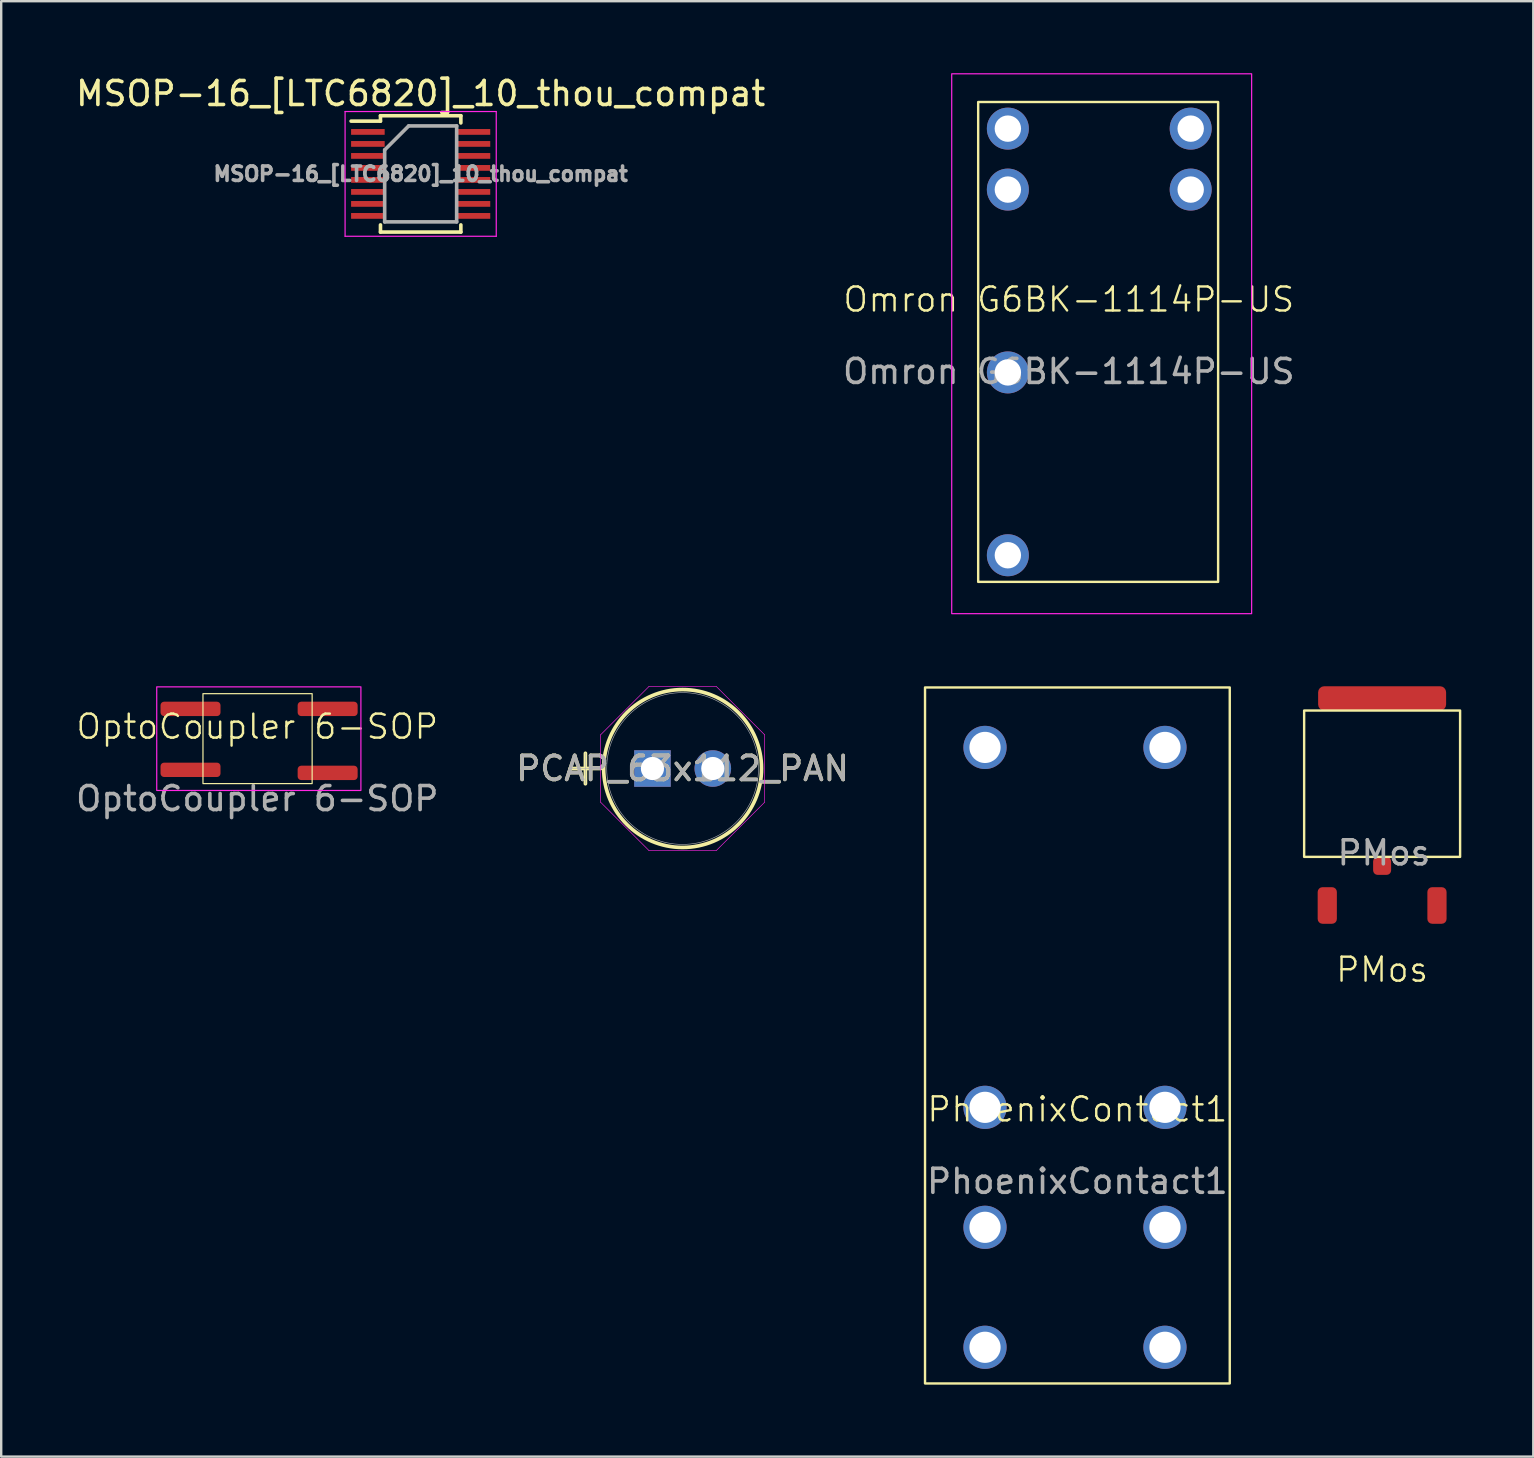
<source format=kicad_pcb>
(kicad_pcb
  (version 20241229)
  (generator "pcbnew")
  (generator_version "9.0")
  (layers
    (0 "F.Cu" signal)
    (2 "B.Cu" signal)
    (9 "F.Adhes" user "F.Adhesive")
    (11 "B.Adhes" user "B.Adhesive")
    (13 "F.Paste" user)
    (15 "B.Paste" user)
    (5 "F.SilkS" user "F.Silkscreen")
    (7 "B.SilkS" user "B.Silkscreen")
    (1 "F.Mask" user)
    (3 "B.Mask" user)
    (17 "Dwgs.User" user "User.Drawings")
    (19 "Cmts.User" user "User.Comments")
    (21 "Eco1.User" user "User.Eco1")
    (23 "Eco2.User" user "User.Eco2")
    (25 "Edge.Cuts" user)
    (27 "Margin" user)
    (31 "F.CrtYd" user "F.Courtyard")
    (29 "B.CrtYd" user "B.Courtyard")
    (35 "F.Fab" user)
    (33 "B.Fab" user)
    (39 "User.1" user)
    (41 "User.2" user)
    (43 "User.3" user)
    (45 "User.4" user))
  (footprint "Omron G6BK-1114P-US"
    (layer "F.Cu")
    (at 41.494 9.931)
    (property "Reference" "Omron G6BK-1114P-US" (at 0 -0.5 0) (unlocked yes) (layer "F.SilkS") (effects (font (size 1 1) (thickness 0.1))))
    (attr through_hole)
    (fp_rect (start -3.777 11.27) (end 6.223 -8.73) (stroke (width 0.1) (type default)) (fill no) (layer "F.SilkS"))
    (fp_rect (start -4.88 -9.906) (end 7.62 12.594) (stroke (width 0.05) (type default)) (fill no) (layer "F.CrtYd"))
    (fp_text user "${REFERENCE}" (at 0 2.5 0) (unlocked yes) (layer "F.Fab") (effects (font (size 1 1) (thickness 0.15))))
    (pad "1" thru_hole circle (at -2.54 -7.62) (size 1.75 1.75) (drill 1.1) (layers "*.Cu" "*.Mask"))
    (pad "2" thru_hole circle (at -2.54 -5.08) (size 1.75 1.75) (drill 1.1) (layers "*.Cu" "*.Mask"))
    (pad "3" thru_hole circle (at -2.54 2.54) (size 1.75 1.75) (drill 1.1) (layers "*.Cu" "*.Mask"))
    (pad "4" thru_hole circle (at -2.54 10.16) (size 1.75 1.75) (drill 1.1) (layers "*.Cu" "*.Mask"))
    (pad "5" thru_hole circle (at 5.08 -5.08) (size 1.75 1.75) (drill 1.1) (layers "*.Cu" "*.Mask"))
    (pad "6" thru_hole circle (at 5.08 -7.62) (size 1.75 1.75) (drill 1.1) (layers "*.Cu" "*.Mask")))
  (footprint "PhoenixContact1"
    (layer "F.Cu")
    (at 41.852 43.685)
    (property "Reference" "PhoenixContact1" (at 0 -0.5 0) (unlocked yes) (layer "F.SilkS") (effects (font (size 1 1) (thickness 0.1))))
    (attr through_hole)
    (fp_rect (start -6.35 -18.085) (end 6.35 10.922) (stroke (width 0.1) (type default)) (fill no) (layer "F.SilkS"))
    (fp_text user "${REFERENCE}" (at 0 2.5 0) (unlocked yes) (layer "F.Fab") (effects (font (size 1 1) (thickness 0.15))))
    (pad "1" thru_hole circle (at -3.85 -15.585) (size 1.8 1.8) (drill 1.3) (layers "*.Cu" "*.Mask"))
    (pad "2" thru_hole circle (at 3.65 -15.585) (size 1.8 1.8) (drill 1.3) (layers "*.Cu" "*.Mask"))
    (pad "3" thru_hole circle (at -3.85 -0.585) (size 1.8 1.8) (drill 1.3) (layers "*.Cu" "*.Mask"))
    (pad "4" thru_hole circle (at 3.65 4.415) (size 1.8 1.8) (drill 1.3) (layers "*.Cu" "*.Mask"))
    (pad "5" thru_hole circle (at 3.65 9.415) (size 1.8 1.8) (drill 1.3) (layers "*.Cu" "*.Mask"))
    (pad "6" thru_hole circle (at 3.65 -0.585) (size 1.8 1.8) (drill 1.3) (layers "*.Cu" "*.Mask"))
    (pad "7" thru_hole circle (at -3.85 4.415) (size 1.8 1.8) (drill 1.3) (layers "*.Cu" "*.Mask"))
    (pad "8" thru_hole circle (at -3.85 9.415) (size 1.8 1.8) (drill 1.3) (layers "*.Cu" "*.Mask")))
  (footprint "MSOP-16_[LTC6820]_10_thou_compat"
    (layer "F.Cu")
    (at 14.482 4.198)
    (property "Reference" "MSOP-16_[LTC6820]_10_thou_compat" (at 0 -3.35 0) (layer "F.SilkS") (effects (font (size 1 1) (thickness 0.15))))
    (attr smd)
    (fp_line (start -1.675 -2.425) (end -1.675 -2.2) (stroke (width 0.15) (type solid)) (layer "F.SilkS"))
    (fp_line (start -1.675 -2.425) (end 1.675 -2.425) (stroke (width 0.15) (type solid)) (layer "F.SilkS"))
    (fp_line (start -1.675 -2.2) (end -2.9 -2.2) (stroke (width 0.15) (type solid)) (layer "F.SilkS"))
    (fp_line (start -1.675 2.425) (end -1.675 2.125) (stroke (width 0.15) (type solid)) (layer "F.SilkS"))
    (fp_line (start -1.675 2.425) (end 1.675 2.425) (stroke (width 0.15) (type solid)) (layer "F.SilkS"))
    (fp_line (start 1.675 -2.425) (end 1.675 -2.125) (stroke (width 0.15) (type solid)) (layer "F.SilkS"))
    (fp_line (start 1.675 2.425) (end 1.675 2.125) (stroke (width 0.15) (type solid)) (layer "F.SilkS"))
    (fp_line (start -3.15 -2.6) (end -3.15 2.6) (stroke (width 0.05) (type solid)) (layer "F.CrtYd"))
    (fp_line (start -3.15 -2.6) (end 3.15 -2.6) (stroke (width 0.05) (type solid)) (layer "F.CrtYd"))
    (fp_line (start -3.15 2.6) (end 3.15 2.6) (stroke (width 0.05) (type solid)) (layer "F.CrtYd"))
    (fp_line (start 3.15 -2.6) (end 3.15 2.6) (stroke (width 0.05) (type solid)) (layer "F.CrtYd"))
    (fp_line (start -1.5 -1) (end -0.5 -2) (stroke (width 0.15) (type solid)) (layer "F.Fab"))
    (fp_line (start -1.5 2) (end -1.5 -1) (stroke (width 0.15) (type solid)) (layer "F.Fab"))
    (fp_line (start -0.5 -2) (end 1.5 -2) (stroke (width 0.15) (type solid)) (layer "F.Fab"))
    (fp_line (start 1.5 -2) (end 1.5 2) (stroke (width 0.15) (type solid)) (layer "F.Fab"))
    (fp_line (start 1.5 2) (end -1.5 2) (stroke (width 0.15) (type solid)) (layer "F.Fab"))
    (fp_text user "${REFERENCE}" (at 0 0 0) (layer "F.Fab") (effects (font (size 0.6 0.6) (thickness 0.15))))
    (pad "1" smd rect (at -2.2 -1.75) (size 1.4 0.24) (layers "F.Cu" "F.Mask" "F.Paste"))
    (pad "2" smd rect (at -2.2 -1.25) (size 1.4 0.24) (layers "F.Cu" "F.Mask" "F.Paste"))
    (pad "3" smd rect (at -2.2 -0.75) (size 1.4 0.24) (layers "F.Cu" "F.Mask" "F.Paste"))
    (pad "4" smd rect (at -2.2 -0.25) (size 1.4 0.24) (layers "F.Cu" "F.Mask" "F.Paste"))
    (pad "5" smd rect (at -2.2 0.25) (size 1.4 0.24) (layers "F.Cu" "F.Mask" "F.Paste"))
    (pad "6" smd rect (at -2.2 0.75) (size 1.4 0.24) (layers "F.Cu" "F.Mask" "F.Paste"))
    (pad "7" smd rect (at -2.2 1.25) (size 1.4 0.24) (layers "F.Cu" "F.Mask" "F.Paste"))
    (pad "8" smd rect (at -2.2 1.75) (size 1.4 0.24) (layers "F.Cu" "F.Mask" "F.Paste"))
    (pad "9" smd rect (at 2.2 1.75) (size 1.4 0.24) (layers "F.Cu" "F.Mask" "F.Paste"))
    (pad "10" smd rect (at 2.2 1.25) (size 1.4 0.24) (layers "F.Cu" "F.Mask" "F.Paste"))
    (pad "11" smd rect (at 2.2 0.75) (size 1.4 0.24) (layers "F.Cu" "F.Mask" "F.Paste"))
    (pad "12" smd rect (at 2.2 0.25) (size 1.4 0.24) (layers "F.Cu" "F.Mask" "F.Paste"))
    (pad "13" smd rect (at 2.2 -0.25) (size 1.4 0.24) (layers "F.Cu" "F.Mask" "F.Paste"))
    (pad "14" smd rect (at 2.2 -0.75) (size 1.4 0.24) (layers "F.Cu" "F.Mask" "F.Paste"))
    (pad "15" smd rect (at 2.2 -1.25) (size 1.4 0.24) (layers "F.Cu" "F.Mask" "F.Paste"))
    (pad "16" smd rect (at 2.2 -1.75) (size 1.4 0.24) (layers "F.Cu" "F.Mask" "F.Paste")))
  (footprint "OptoCoupler 6-SOP"
    (layer "F.Cu")
    (at 7.673 27.734)
    (property "Reference" "OptoCoupler 6-SOP" (at 0 -0.5 0) (unlocked yes) (layer "F.SilkS") (effects (font (size 1 1) (thickness 0.1))))
    (attr smd)
    (fp_rect (start -2.264 -1.875) (end 2.286 1.875) (stroke (width 0.05) (type default)) (fill no) (layer "F.SilkS"))
    (fp_rect (start -4.191 -2.159) (end 4.318 2.159) (stroke (width 0.05) (type default)) (fill no) (layer "F.CrtYd"))
    (fp_text user "${REFERENCE}" (at 0 2.5 0) (unlocked yes) (layer "F.Fab") (effects (font (size 1 1) (thickness 0.15))))
    (pad "1" smd roundrect (at -2.783 -1.24) (size 2.5 0.6) (layers "F.Cu" "F.Mask" "F.Paste") (roundrect_rratio 0.25))
    (pad "3" smd roundrect (at -2.783 1.3) (size 2.5 0.6) (layers "F.Cu" "F.Mask" "F.Paste") (roundrect_rratio 0.25))
    (pad "4" smd roundrect (at 2.932 1.427) (size 2.5 0.6) (layers "F.Cu" "F.Mask" "F.Paste") (roundrect_rratio 0.25))
    (pad "6" smd roundrect (at 2.932 -1.24) (size 2.5 0.6) (layers "F.Cu" "F.Mask" "F.Paste") (roundrect_rratio 0.25)))
  (footprint "PCAP_63x112_PAN"
    (layer "F.Cu")
    (at 24.142 28.979)
    (property "Reference" "PCAP_63x112_PAN" (at 1.257 0 0) (unlocked yes) (layer "F.SilkS") (effects (font (size 1 1) (thickness 0.15))))
    (attr through_hole)
    (fp_line (start -3.429 0) (end -2.159 0) (stroke (width 0.152) (type solid)) (layer "F.SilkS"))
    (fp_line (start -2.794 -0.635) (end -2.794 0.635) (stroke (width 0.152) (type solid)) (layer "F.SilkS"))
    (fp_circle (center 1.257 0) (end 4.547 0) (stroke (width 0.152) (type solid)) (fill no) (layer "F.SilkS"))
    (fp_line (start -2.159 -1.407) (end -0.149 -3.416) (stroke (width 0.025) (type solid)) (layer "F.CrtYd"))
    (fp_line (start -2.159 1.407) (end -2.159 -1.407) (stroke (width 0.025) (type solid)) (layer "F.CrtYd"))
    (fp_line (start -0.149 -3.416) (end 2.664 -3.416) (stroke (width 0.025) (type solid)) (layer "F.CrtYd"))
    (fp_line (start -0.149 3.416) (end -2.159 1.407) (stroke (width 0.025) (type solid)) (layer "F.CrtYd"))
    (fp_line (start 2.664 -3.416) (end 4.674 -1.407) (stroke (width 0.025) (type solid)) (layer "F.CrtYd"))
    (fp_line (start 2.664 3.416) (end -0.149 3.416) (stroke (width 0.025) (type solid)) (layer "F.CrtYd"))
    (fp_line (start 4.674 -1.407) (end 4.674 1.407) (stroke (width 0.025) (type solid)) (layer "F.CrtYd"))
    (fp_line (start 4.674 1.407) (end 2.664 3.416) (stroke (width 0.025) (type solid)) (layer "F.CrtYd"))
    (fp_line (start -3.429 0) (end -2.159 0) (stroke (width 0.025) (type solid)) (layer "F.Fab"))
    (fp_line (start -2.794 -0.635) (end -2.794 0.635) (stroke (width 0.025) (type solid)) (layer "F.Fab"))
    (fp_circle (center 1.257 0) (end 4.42 0) (stroke (width 0.025) (type solid)) (fill no) (layer "F.Fab"))
    (fp_text user "${REFERENCE}" (at 1.257 0 0) (unlocked yes) (layer "F.Fab") (effects (font (size 1 1) (thickness 0.15))))
    (pad "1" thru_hole rect (at 0 0) (size 1.524 1.524) (drill 0.965) (layers "*.Cu" "*.Mask"))
    (pad "2" thru_hole circle (at 2.515 0) (size 1.524 1.524) (drill 0.965) (layers "*.Cu" "*.Mask")))
  (footprint "PMos"
    (layer "F.Cu")
    (at 54.627 29.995)
    (property "Reference" "PMos" (at -0.075 7.367 0) (unlocked yes) (layer "F.SilkS") (effects (font (size 1 1) (thickness 0.1))))
    (attr smd)
    (fp_rect (start -3.325 -3.433) (end 3.175 2.667) (stroke (width 0.1) (type default)) (fill no) (layer "F.SilkS"))
    (fp_text user "${REFERENCE}" (at 0 2.5 0) (unlocked yes) (layer "F.Fab") (effects (font (size 1 1) (thickness 0.15))))
    (pad "1" smd roundrect (at -2.361 4.692) (size 0.8 1.525) (layers "F.Cu" "F.Mask" "F.Paste") (roundrect_rratio 0.25))
    (pad "2" smd roundrect (at 2.211 4.692) (size 0.8 1.525) (layers "F.Cu" "F.Mask" "F.Paste") (roundrect_rratio 0.25))
    (pad "3" smd roundrect (at -0.075 -3.939) (size 5.334 1.012) (layers "F.Cu" "F.Mask" "F.Paste") (roundrect_rratio 0.25))
    (pad "4" smd roundrect (at -0.075 3.042) (size 0.75 0.75) (layers "F.Cu" "F.Mask" "F.Paste") (roundrect_rratio 0.25)))
  (gr_rect
    (start -3 -3)
    (end 60.852 57.657)
    (stroke (width 0.1) (type default))
    (fill no)
    (layer "Edge.Cuts")))
</source>
